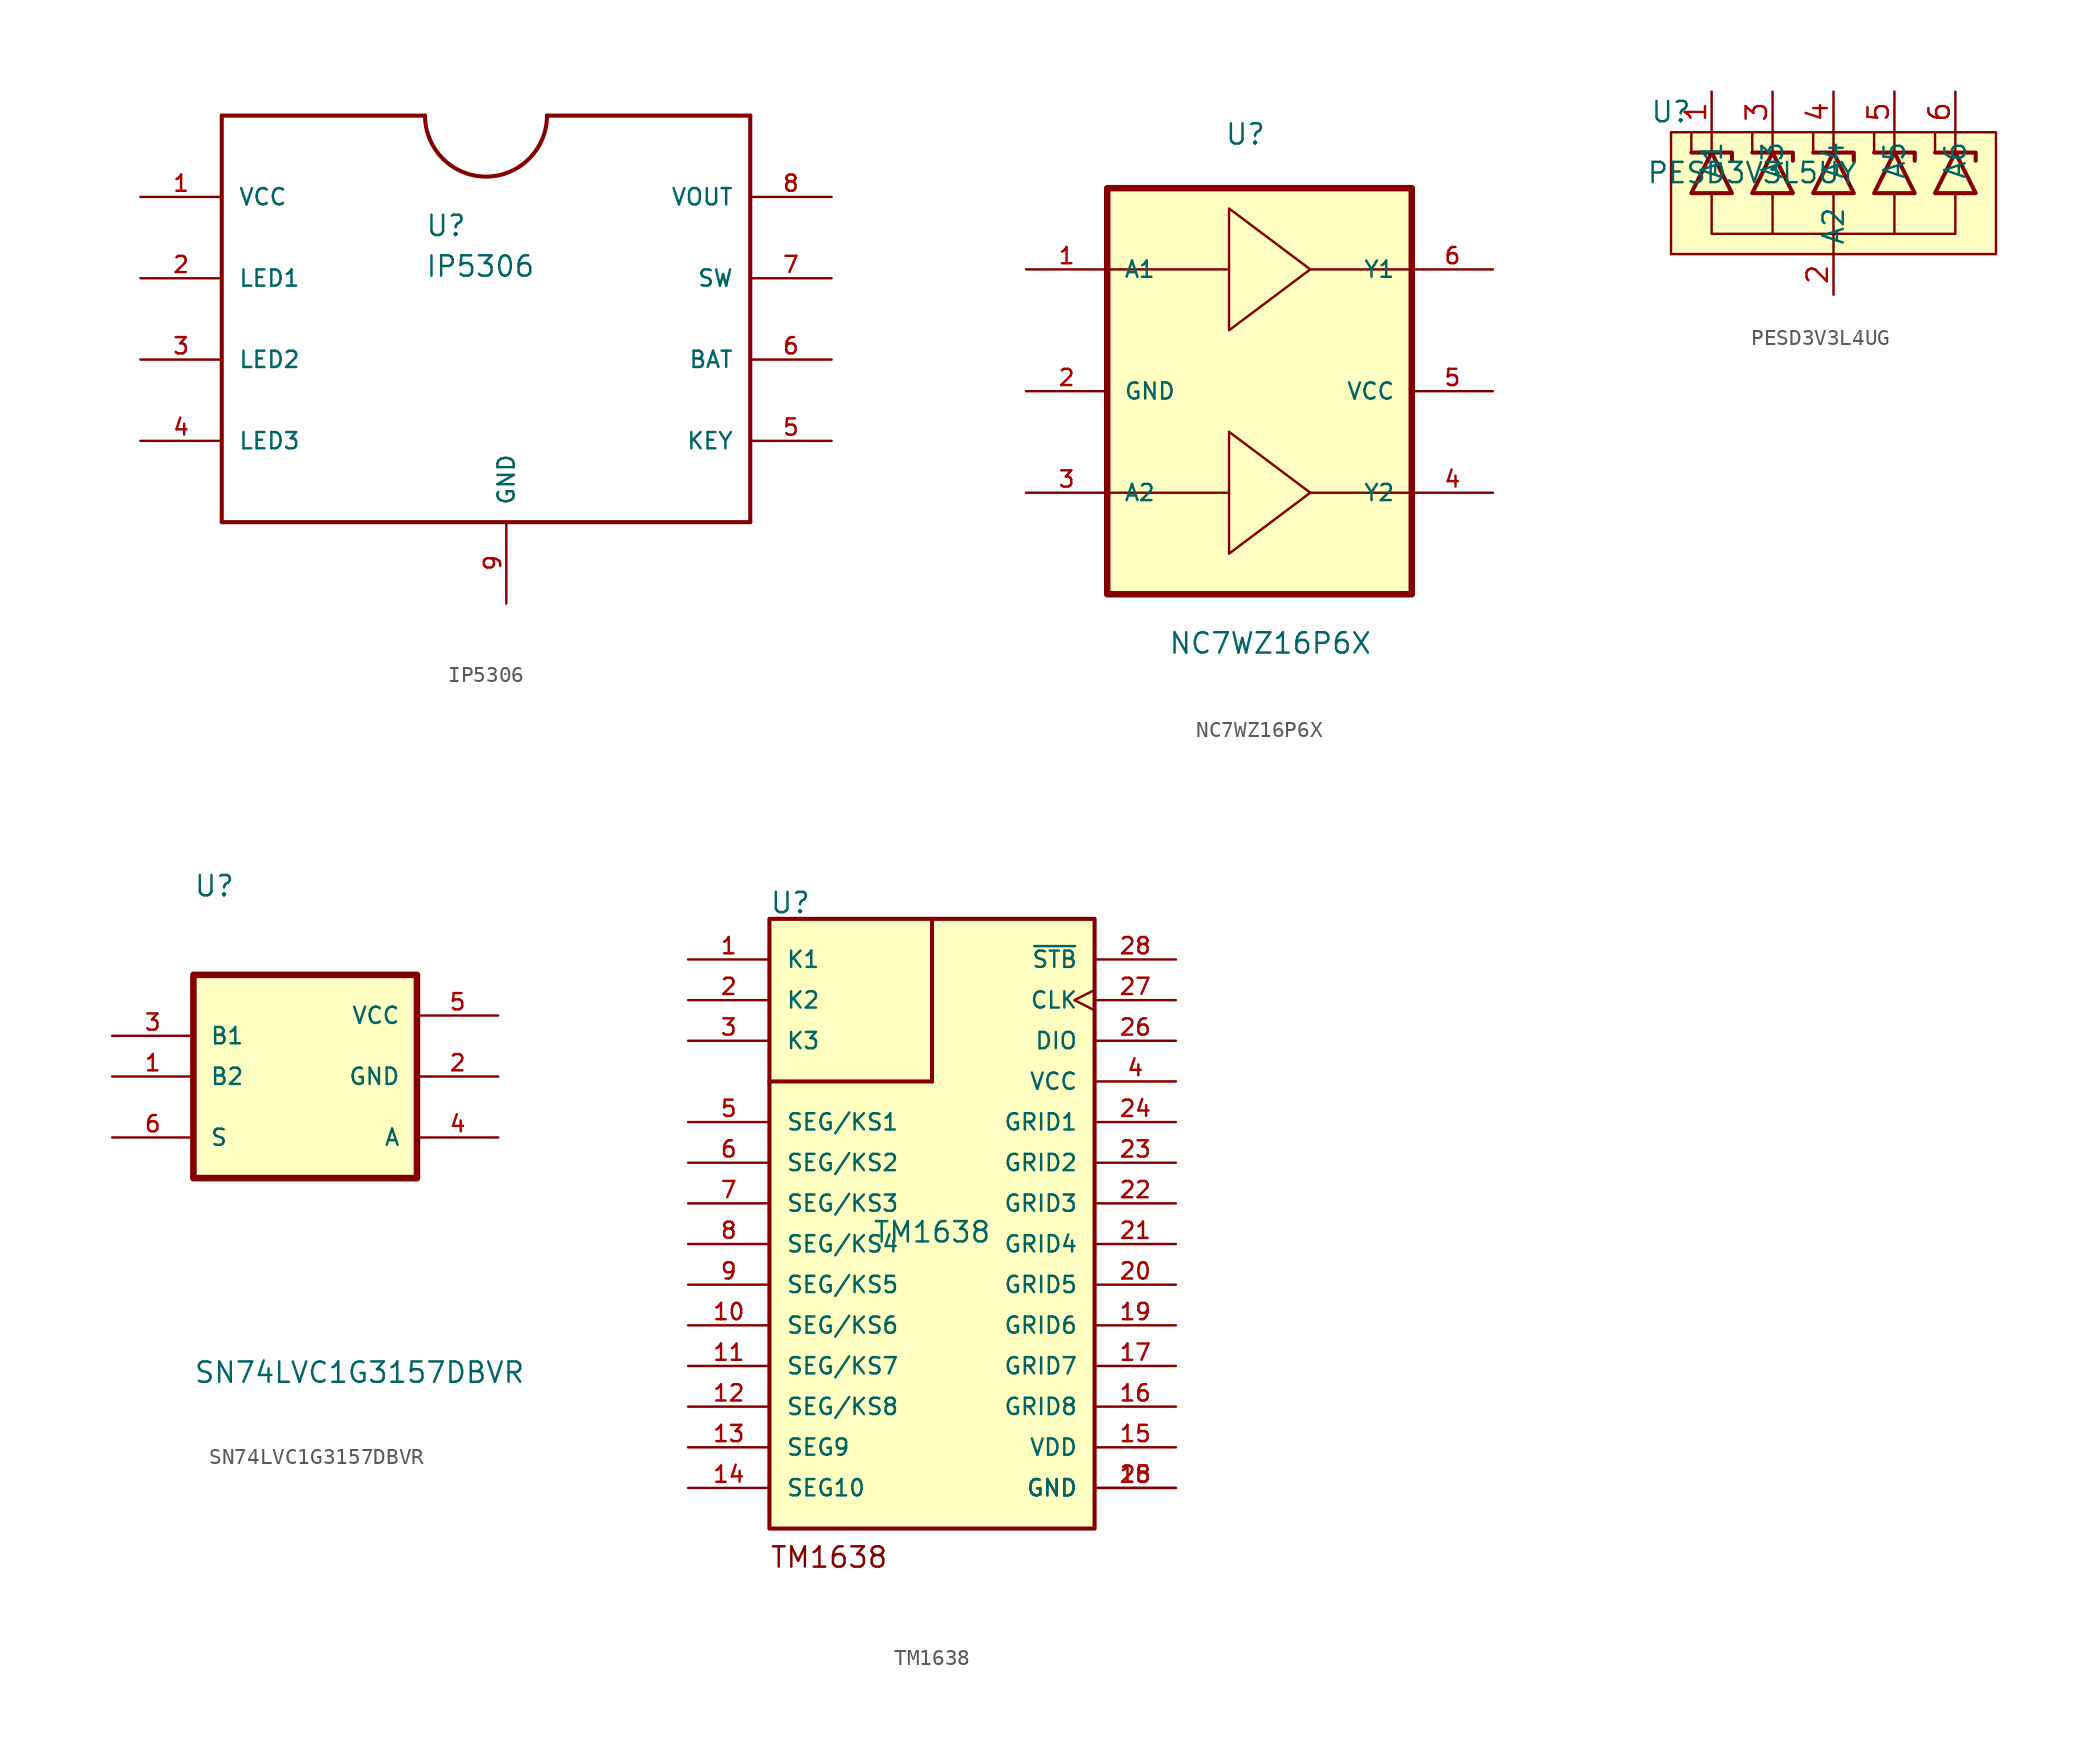
<source format=kicad_sym>
(kicad_symbol_lib
  (version 20231120)
  (generator "kicad_symbol_editor")
  (generator_version "8.0")
  (symbol "IP5306"
    (pin_names
      (offset 1.016))
    (property "Reference" "U"
      (at 12.7 17.78 0)
      (effects (font (size 1.27 1.27)) (justify left bottom)))
    (property "Value" "IP5306"
      (at 12.7 15.24 0)
      (effects (font (size 1.27 1.27)) (justify left bottom)))
    (symbol "IP5306_0_0"
      (polyline (pts (xy 0 0) (xy 33.02 0)) (stroke (width 0.254) (type default)) (fill (type none)))
      (polyline (pts (xy 0 25.4) (xy 0 0)) (stroke (width 0.254) (type default)) (fill (type none)))
      (polyline (pts (xy 12.7 25.4) (xy 0 25.4)) (stroke (width 0.254) (type default)) (fill (type none)))
      (polyline (pts (xy 33.02 0) (xy 33.02 25.4)) (stroke (width 0.254) (type default)) (fill (type none)))
      (polyline (pts (xy 33.02 25.4) (xy 20.32 25.4)) (stroke (width 0.254) (type default)) (fill (type none)))
      (arc (start 12.7 25.4) (mid 16.51 21.6066) (end 20.32 25.4) (stroke (width 0.254) (type default)) (fill (type none)))
      (pin power_in line (at -5.08 20.32 0) (length 5.08) (name "VCC" (effects (font (size 1.016 1.016)))) (number "1" (effects (font (size 1.016 1.016)))))
      (pin output line (at -5.08 15.24 0) (length 5.08) (name "LED1" (effects (font (size 1.016 1.016)))) (number "2" (effects (font (size 1.016 1.016)))))
      (pin output line (at -5.08 10.16 0) (length 5.08) (name "LED2" (effects (font (size 1.016 1.016)))) (number "3" (effects (font (size 1.016 1.016)))))
      (pin output line (at -5.08 5.08 0) (length 5.08) (name "LED3" (effects (font (size 1.016 1.016)))) (number "4" (effects (font (size 1.016 1.016)))))
      (pin input line (at 38.1 5.08 180) (length 5.08) (name "KEY" (effects (font (size 1.016 1.016)))) (number "5" (effects (font (size 1.016 1.016)))))
      (pin input line (at 38.1 10.16 180) (length 5.08) (name "BAT" (effects (font (size 1.016 1.016)))) (number "6" (effects (font (size 1.016 1.016)))))
      (pin output line (at 38.1 15.24 180) (length 5.08) (name "SW" (effects (font (size 1.016 1.016)))) (number "7" (effects (font (size 1.016 1.016)))))
      (pin output line (at 38.1 20.32 180) (length 5.08) (name "VOUT" (effects (font (size 1.016 1.016)))) (number "8" (effects (font (size 1.016 1.016)))))
      (pin power_in line (at 17.78 -5.08 90) (length 5.08) (name "GND" (effects (font (size 1.016 1.016)))) (number "9" (effects (font (size 1.016 1.016)))))))
  (symbol "NC7WZ16P6X"
    (pin_names
      (offset 1.016))
    (property "Reference" "U"
      (at -5.366 10.249 0)
      (effects (font (size 1.27 1.27)) (justify left bottom)))
    (property "Value" "NC7WZ16P6X"
      (at -8.89 -21.59 0)
      (effects (font (size 1.27 1.27)) (justify left bottom)))
    (symbol "NC7WZ16P6X_0_0"
      (rectangle (start -12.7 7.62) (end 6.35 -17.78) (stroke (width 0.406) (type default)) (fill (type background)))
      (pin input line (at -17.78 2.54 0) (length 5.08) (name "A1" (effects (font (size 1.016 1.016)))) (number "1" (effects (font (size 1.016 1.016)))))
      (pin passive line (at -17.78 -5.08 0) (length 5.08) (name "GND" (effects (font (size 1.016 1.016)))) (number "2" (effects (font (size 1.016 1.016)))))
      (pin input line (at -17.78 -11.43 0) (length 5.08) (name "A2" (effects (font (size 1.016 1.016)))) (number "3" (effects (font (size 1.016 1.016)))))
      (pin output line (at 11.43 -11.43 180) (length 5.08) (name "Y2" (effects (font (size 1.016 1.016)))) (number "4" (effects (font (size 1.016 1.016)))))
      (pin power_in line (at 11.43 -5.08 180) (length 5.08) (name "VCC" (effects (font (size 1.016 1.016)))) (number "5" (effects (font (size 1.016 1.016)))))
      (pin output line (at 11.43 2.54 180) (length 5.08) (name "Y1" (effects (font (size 1.016 1.016)))) (number "6" (effects (font (size 1.016 1.016))))))
    (symbol "NC7WZ16P6X_0_1"
      (polyline (pts (xy -12.7 -11.43) (xy -5.08 -11.43)) (stroke (width 0) (type default)) (fill (type none)))
      (polyline (pts (xy -12.7 2.54) (xy -5.08 2.54)) (stroke (width 0) (type default)) (fill (type none)))
      (polyline (pts (xy 0 -11.43) (xy 6.35 -11.43)) (stroke (width 0) (type default)) (fill (type none)))
      (polyline (pts (xy 0 2.54) (xy 6.35 2.54)) (stroke (width 0) (type default)) (fill (type none)))
      (polyline (pts (xy -5.08 -7.62) (xy -5.08 -15.24) (xy 0 -11.43) (xy -5.08 -7.62)) (stroke (width 0) (type default)) (fill (type none)))
      (polyline (pts (xy -5.08 6.35) (xy -5.08 -1.27) (xy 0 2.54) (xy -5.08 6.35)) (stroke (width 0) (type default)) (fill (type none)))))
  (symbol "PESD3V3L4UG"
    (property "Reference" "U"
      (at -8.89 3.81 0)
      (effects (font (size 1.27 1.27))))
    (property "Value" "PESD3V3L5UY"
      (at -3.81 0 0)
      (effects (font (size 1.27 1.27))))
    (symbol "PESD3V3L4UG_0_1"
      (polyline (pts (xy -7.62 1.27) (xy -7.62 2.54)) (stroke (width 0) (type default)) (fill (type none)))
      (polyline (pts (xy -3.81 1.27) (xy -3.81 2.54)) (stroke (width 0) (type default)) (fill (type none)))
      (polyline (pts (xy -2.54 -1.27) (xy -2.54 -3.81)) (stroke (width 0) (type default)) (fill (type none)))
      (polyline (pts (xy 0 1.27) (xy 0 2.54)) (stroke (width 0) (type default)) (fill (type none)))
      (polyline (pts (xy 1.27 -1.27) (xy 1.27 -3.81)) (stroke (width 0) (type default)) (fill (type none)))
      (polyline (pts (xy 3.81 1.27) (xy 3.81 2.54)) (stroke (width 0) (type default)) (fill (type none)))
      (polyline (pts (xy 7.62 1.27) (xy 7.62 2.54)) (stroke (width 0) (type default)) (fill (type none)))
      (polyline (pts (xy 8.89 2.54) (xy 8.89 1.27)) (stroke (width 0) (type default)) (fill (type none)))
      (polyline (pts (xy -5.08 0.762) (xy -5.08 1.27) (xy -7.62 1.27)) (stroke (width 0.254) (type default)) (fill (type none)))
      (polyline (pts (xy -1.27 0.762) (xy -1.27 1.27) (xy -3.81 1.27)) (stroke (width 0.254) (type default)) (fill (type none)))
      (polyline (pts (xy 2.54 0.762) (xy 2.54 1.27) (xy 0 1.27)) (stroke (width 0.254) (type default)) (fill (type none)))
      (polyline (pts (xy 6.35 0.762) (xy 6.35 1.27) (xy 3.81 1.27)) (stroke (width 0.254) (type default)) (fill (type none)))
      (polyline (pts (xy 8.89 -1.27) (xy 8.89 -3.81) (xy 5.08 -3.81)) (stroke (width 0) (type default)) (fill (type none)))
      (polyline (pts (xy 10.16 0.762) (xy 10.16 1.27) (xy 7.62 1.27)) (stroke (width 0.254) (type default)) (fill (type none)))
      (polyline (pts (xy -6.35 -1.27) (xy -6.35 -3.81) (xy 5.08 -3.81) (xy 5.08 -1.27)) (stroke (width 0) (type default)) (fill (type none)))
      (polyline (pts (xy -5.08 -1.27) (xy -7.62 -1.27) (xy -6.35 1.27) (xy -5.08 -1.27)) (stroke (width 0.254) (type default)) (fill (type none)))
      (polyline (pts (xy -1.27 -1.27) (xy -3.81 -1.27) (xy -2.54 1.27) (xy -1.27 -1.27)) (stroke (width 0.254) (type default)) (fill (type none)))
      (polyline (pts (xy 2.54 -1.27) (xy 0 -1.27) (xy 1.27 1.27) (xy 2.54 -1.27)) (stroke (width 0.254) (type default)) (fill (type none)))
      (polyline (pts (xy 6.35 -1.27) (xy 3.81 -1.27) (xy 5.08 1.27) (xy 6.35 -1.27)) (stroke (width 0.254) (type default)) (fill (type none)))
      (polyline (pts (xy 10.16 -1.27) (xy 7.62 -1.27) (xy 8.89 1.27) (xy 10.16 -1.27)) (stroke (width 0.254) (type default)) (fill (type none))))
    (symbol "PESD3V3L4UG_1_1"
      (rectangle (start -8.89 2.54) (end 11.43 -5.08) (stroke (width 0) (type default)) (fill (type background)))
      (polyline (pts (xy -6.35 1.27) (xy -6.35 2.54)) (stroke (width 0) (type default)) (fill (type none)))
      (polyline (pts (xy -2.54 2.54) (xy -2.54 1.27)) (stroke (width 0) (type default)) (fill (type none)))
      (polyline (pts (xy 1.27 -5.08) (xy 1.27 -3.81)) (stroke (width 0) (type default)) (fill (type none)))
      (polyline (pts (xy 1.27 1.27) (xy 1.27 2.54)) (stroke (width 0) (type default)) (fill (type none)))
      (polyline (pts (xy 5.08 1.27) (xy 5.08 2.54)) (stroke (width 0) (type default)) (fill (type none)))
      (pin passive line (at -6.35 5.08 270) (length 2.54) (name "A1" (effects (font (size 1.27 1.27)))) (number "1" (effects (font (size 1.27 1.27)))))
      (pin passive line (at 1.27 -7.62 90) (length 2.54) (name "A2" (effects (font (size 1.27 1.27)))) (number "2" (effects (font (size 1.27 1.27)))))
      (pin passive line (at -2.54 5.08 270) (length 2.54) (name "A3" (effects (font (size 1.27 1.27)))) (number "3" (effects (font (size 1.27 1.27)))))
      (pin passive line (at 1.27 5.08 270) (length 2.54) (name "A4" (effects (font (size 1.27 1.27)))) (number "4" (effects (font (size 1.27 1.27)))))
      (pin passive line (at 5.08 5.08 270) (length 2.54) (name "A5" (effects (font (size 1.27 1.27)))) (number "5" (effects (font (size 1.27 1.27)))))
      (pin passive line (at 8.89 5.08 270) (length 2.54) (name "A6" (effects (font (size 1.27 1.27)))) (number "6" (effects (font (size 1.27 1.27)))))))
  (symbol "SN74LVC1G3157DBVR"
    (pin_names
      (offset 1.016))
    (property "Reference" "U"
      (at -12.7 13.7 0)
      (effects (font (size 1.27 1.27)) (justify left bottom)))
    (property "Value" "SN74LVC1G3157DBVR"
      (at -12.7 -16.7 0)
      (effects (font (size 1.27 1.27)) (justify left bottom)))
    (symbol "SN74LVC1G3157DBVR_0_0"
      (rectangle (start -12.7 8.89) (end 1.27 -3.81) (stroke (width 0.41) (type default)) (fill (type background)))
      (pin bidirectional line (at -17.78 2.54 0) (length 5.08) (name "B2" (effects (font (size 1.016 1.016)))) (number "1" (effects (font (size 1.016 1.016)))))
      (pin power_in line (at 6.35 2.54 180) (length 5.08) (name "GND" (effects (font (size 1.016 1.016)))) (number "2" (effects (font (size 1.016 1.016)))))
      (pin bidirectional line (at -17.78 5.08 0) (length 5.08) (name "B1" (effects (font (size 1.016 1.016)))) (number "3" (effects (font (size 1.016 1.016)))))
      (pin bidirectional line (at 6.35 -1.27 180) (length 5.08) (name "A" (effects (font (size 1.016 1.016)))) (number "4" (effects (font (size 1.016 1.016)))))
      (pin power_in line (at 6.35 6.35 180) (length 5.08) (name "VCC" (effects (font (size 1.016 1.016)))) (number "5" (effects (font (size 1.016 1.016)))))
      (pin input line (at -17.78 -1.27 0) (length 5.08) (name "S" (effects (font (size 1.016 1.016)))) (number "6" (effects (font (size 1.016 1.016)))))))
  (symbol "TM1638"
    (pin_names
      (offset 1.016))
    (property "Reference" "U"
      (at -10.16 20.574 0)
      (effects (font (size 1.27 1.27)) (justify left bottom)))
    (property "Value" "TM1638"
      (at 0 0 0)
      (effects (font (size 1.27 1.27)) (justify bottom)))
    (symbol "TM1638_0_0"
      (rectangle (start -10.16 -17.78) (end 10.16 20.32) (stroke (width 0.254) (type default)) (fill (type background)))
      (polyline (pts (xy 0 10.16) (xy -10.16 10.16)) (stroke (width 0.254) (type default)) (fill (type none)))
      (polyline (pts (xy 0 20.32) (xy 0 10.16)) (stroke (width 0.254) (type default)) (fill (type none)))
      (text "TM1638" (at -10.16 -20.32 0) (effects (font (size 1.27 1.27)) (justify left bottom)))
      (pin bidirectional line (at -15.24 17.78 0) (length 5.08) (name "K1" (effects (font (size 1.016 1.016)))) (number "1" (effects (font (size 1.016 1.016)))))
      (pin bidirectional line (at -15.24 -5.08 0) (length 5.08) (name "SEG/KS6" (effects (font (size 1.016 1.016)))) (number "10" (effects (font (size 1.016 1.016)))))
      (pin bidirectional line (at -15.24 -7.62 0) (length 5.08) (name "SEG/KS7" (effects (font (size 1.016 1.016)))) (number "11" (effects (font (size 1.016 1.016)))))
      (pin bidirectional line (at -15.24 -10.16 0) (length 5.08) (name "SEG/KS8" (effects (font (size 1.016 1.016)))) (number "12" (effects (font (size 1.016 1.016)))))
      (pin bidirectional line (at -15.24 -12.7 0) (length 5.08) (name "SEG9" (effects (font (size 1.016 1.016)))) (number "13" (effects (font (size 1.016 1.016)))))
      (pin bidirectional line (at -15.24 -15.24 0) (length 5.08) (name "SEG10" (effects (font (size 1.016 1.016)))) (number "14" (effects (font (size 1.016 1.016)))))
      (pin bidirectional line (at 15.24 -12.7 180) (length 5.08) (name "VDD" (effects (font (size 1.016 1.016)))) (number "15" (effects (font (size 1.016 1.016)))))
      (pin bidirectional line (at 15.24 -10.16 180) (length 5.08) (name "GRID8" (effects (font (size 1.016 1.016)))) (number "16" (effects (font (size 1.016 1.016)))))
      (pin bidirectional line (at 15.24 -7.62 180) (length 5.08) (name "GRID7" (effects (font (size 1.016 1.016)))) (number "17" (effects (font (size 1.016 1.016)))))
      (pin bidirectional line (at 15.24 -15.24 180) (length 5.08) (name "GND" (effects (font (size 1.016 1.016)))) (number "18" (effects (font (size 1.016 1.016)))))
      (pin bidirectional line (at 15.24 -5.08 180) (length 5.08) (name "GRID6" (effects (font (size 1.016 1.016)))) (number "19" (effects (font (size 1.016 1.016)))))
      (pin bidirectional line (at -15.24 15.24 0) (length 5.08) (name "K2" (effects (font (size 1.016 1.016)))) (number "2" (effects (font (size 1.016 1.016)))))
      (pin bidirectional line (at 15.24 -2.54 180) (length 5.08) (name "GRID5" (effects (font (size 1.016 1.016)))) (number "20" (effects (font (size 1.016 1.016)))))
      (pin bidirectional line (at 15.24 0 180) (length 5.08) (name "GRID4" (effects (font (size 1.016 1.016)))) (number "21" (effects (font (size 1.016 1.016)))))
      (pin bidirectional line (at 15.24 2.54 180) (length 5.08) (name "GRID3" (effects (font (size 1.016 1.016)))) (number "22" (effects (font (size 1.016 1.016)))))
      (pin bidirectional line (at 15.24 5.08 180) (length 5.08) (name "GRID2" (effects (font (size 1.016 1.016)))) (number "23" (effects (font (size 1.016 1.016)))))
      (pin bidirectional line (at 15.24 7.62 180) (length 5.08) (name "GRID1" (effects (font (size 1.016 1.016)))) (number "24" (effects (font (size 1.016 1.016)))))
      (pin bidirectional line (at 15.24 -15.24 180) (length 5.08) (name "GND" (effects (font (size 1.016 1.016)))) (number "25" (effects (font (size 1.016 1.016)))))
      (pin bidirectional line (at 15.24 12.7 180) (length 5.08) (name "DIO" (effects (font (size 1.016 1.016)))) (number "26" (effects (font (size 1.016 1.016)))))
      (pin bidirectional clock (at 15.24 15.24 180) (length 5.08) (name "CLK" (effects (font (size 1.016 1.016)))) (number "27" (effects (font (size 1.016 1.016)))))
      (pin bidirectional line (at 15.24 17.78 180) (length 5.08) (name "~{STB}" (effects (font (size 1.016 1.016)))) (number "28" (effects (font (size 1.016 1.016)))))
      (pin bidirectional line (at -15.24 12.7 0) (length 5.08) (name "K3" (effects (font (size 1.016 1.016)))) (number "3" (effects (font (size 1.016 1.016)))))
      (pin bidirectional line (at 15.24 10.16 180) (length 5.08) (name "VCC" (effects (font (size 1.016 1.016)))) (number "4" (effects (font (size 1.016 1.016)))))
      (pin bidirectional line (at -15.24 7.62 0) (length 5.08) (name "SEG/KS1" (effects (font (size 1.016 1.016)))) (number "5" (effects (font (size 1.016 1.016)))))
      (pin bidirectional line (at -15.24 5.08 0) (length 5.08) (name "SEG/KS2" (effects (font (size 1.016 1.016)))) (number "6" (effects (font (size 1.016 1.016)))))
      (pin bidirectional line (at -15.24 2.54 0) (length 5.08) (name "SEG/KS3" (effects (font (size 1.016 1.016)))) (number "7" (effects (font (size 1.016 1.016)))))
      (pin bidirectional line (at -15.24 0 0) (length 5.08) (name "SEG/KS4" (effects (font (size 1.016 1.016)))) (number "8" (effects (font (size 1.016 1.016)))))
      (pin bidirectional line (at -15.24 -2.54 0) (length 5.08) (name "SEG/KS5" (effects (font (size 1.016 1.016)))) (number "9" (effects (font (size 1.016 1.016))))))))
</source>
